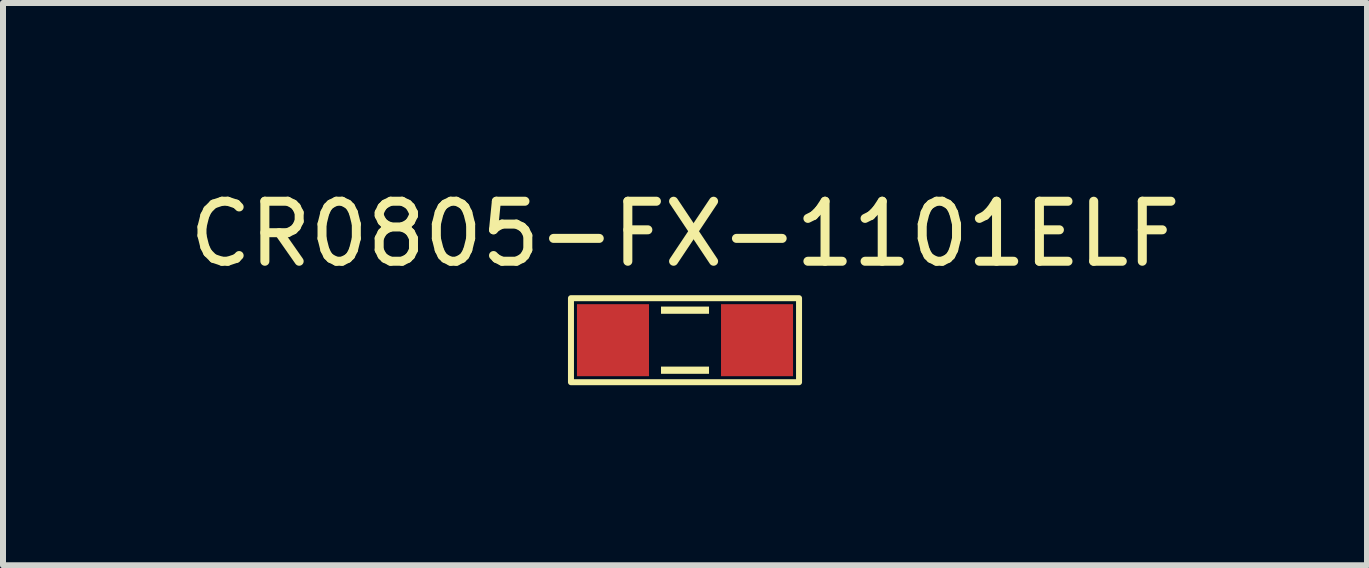
<source format=kicad_pcb>
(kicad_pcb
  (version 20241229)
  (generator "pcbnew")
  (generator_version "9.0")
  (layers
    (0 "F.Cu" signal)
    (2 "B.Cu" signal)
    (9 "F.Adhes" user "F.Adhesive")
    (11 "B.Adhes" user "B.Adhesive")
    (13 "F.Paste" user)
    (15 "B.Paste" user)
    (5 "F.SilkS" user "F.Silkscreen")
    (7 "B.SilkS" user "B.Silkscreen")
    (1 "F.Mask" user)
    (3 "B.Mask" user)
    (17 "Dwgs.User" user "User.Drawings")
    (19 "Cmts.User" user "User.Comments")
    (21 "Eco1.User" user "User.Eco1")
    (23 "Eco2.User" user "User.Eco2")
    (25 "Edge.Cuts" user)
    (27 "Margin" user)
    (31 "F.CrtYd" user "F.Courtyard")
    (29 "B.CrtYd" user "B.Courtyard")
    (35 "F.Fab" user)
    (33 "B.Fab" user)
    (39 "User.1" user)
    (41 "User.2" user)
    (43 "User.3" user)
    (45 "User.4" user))
  (footprint "CR0805-FX-1101ELF"
    (layer "F.Cu")
    (at 8.363 2.618)
    (property "Reference" "CR0805-FX-1101ELF" (at 0 -1.77 0) (unlocked yes) (layer "F.SilkS") (effects (font (size 1 1) (thickness 0.15))))
    (attr smd)
    (fp_rect (start -1.9 -0.7) (end 1.9 0.7) (stroke (width 0.1) (type solid)) (fill no) (layer "F.SilkS"))
    (fp_rect (start -0.4 -0.56) (end 0.4 -0.44) (stroke (width 0) (type solid)) (fill yes) (layer "F.SilkS"))
    (fp_rect (start -0.4 0.44) (end 0.4 0.56) (stroke (width 0) (type solid)) (fill yes) (layer "F.SilkS"))
    (pad "1" smd rect (at -1.2 0) (size 1.2 1.2) (layers "F.Cu" "F.Mask" "F.Paste"))
    (pad "2" smd rect (at 1.2 0) (size 1.2 1.2) (layers "F.Cu" "F.Mask" "F.Paste")))
  (gr_rect
    (start -3 -3)
    (end 19.726 6.368)
    (stroke (width 0.1) (type default))
    (fill no)
    (layer "Edge.Cuts")))
</source>
